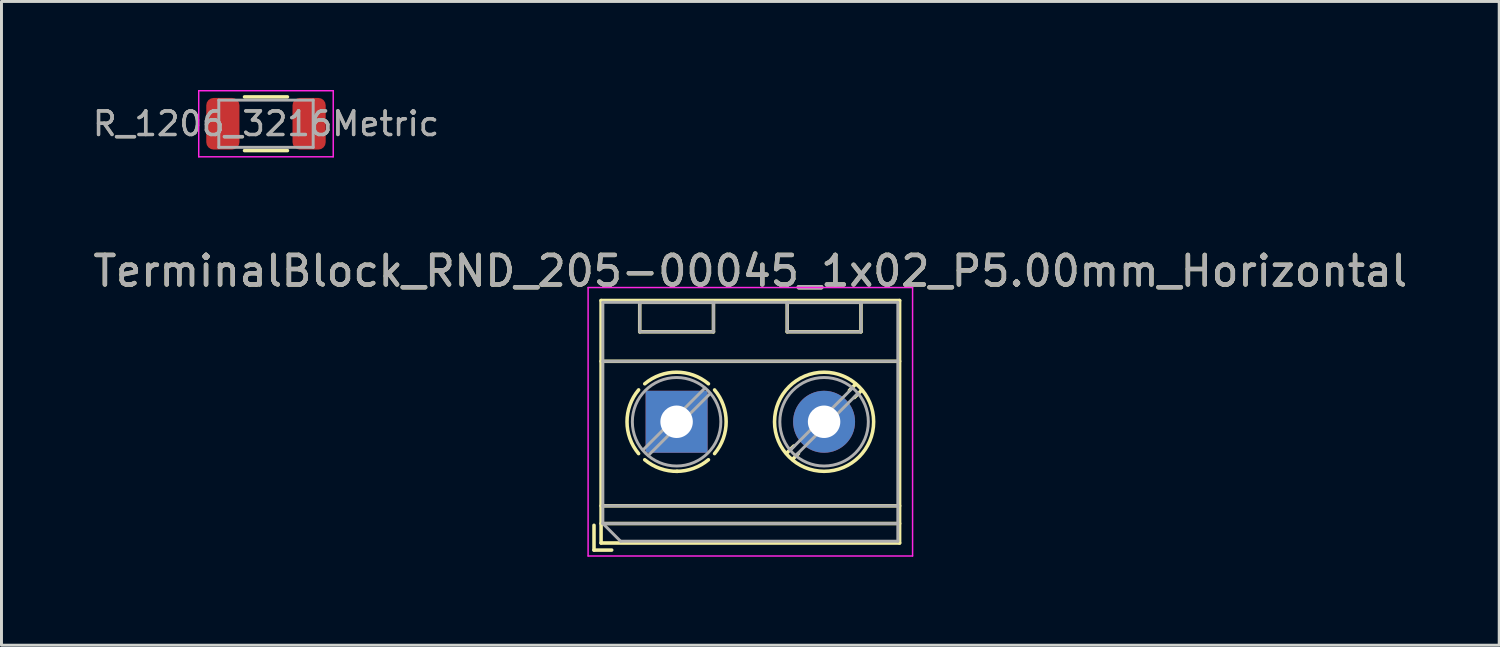
<source format=kicad_pcb>
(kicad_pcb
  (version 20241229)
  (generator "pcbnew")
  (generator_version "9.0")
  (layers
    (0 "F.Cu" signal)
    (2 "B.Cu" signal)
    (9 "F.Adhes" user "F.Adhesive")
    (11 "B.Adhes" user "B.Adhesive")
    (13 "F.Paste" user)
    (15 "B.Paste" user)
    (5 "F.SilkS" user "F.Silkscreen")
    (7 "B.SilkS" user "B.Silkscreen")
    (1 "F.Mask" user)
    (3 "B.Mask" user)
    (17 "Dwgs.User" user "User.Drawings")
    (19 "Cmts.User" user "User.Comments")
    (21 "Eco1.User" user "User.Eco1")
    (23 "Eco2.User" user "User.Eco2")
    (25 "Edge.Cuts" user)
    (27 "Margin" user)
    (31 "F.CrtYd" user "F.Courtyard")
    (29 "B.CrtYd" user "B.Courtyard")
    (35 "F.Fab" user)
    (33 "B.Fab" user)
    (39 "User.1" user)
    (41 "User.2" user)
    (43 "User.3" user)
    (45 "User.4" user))
  (footprint "R_1206_3216Metric"
    (layer "F.Cu")
    (at 5.967 1.145)
    (property "Reference" "R_1206_3216Metric" (at 0 0 0) (layer "F.SilkS") (effects (font (size 0.8 0.8) (thickness 0.1))))
    (attr smd)
    (fp_line (start -0.727 -0.91) (end 0.727 -0.91) (stroke (width 0.12) (type solid)) (layer "F.SilkS"))
    (fp_line (start -0.727 0.91) (end 0.727 0.91) (stroke (width 0.12) (type solid)) (layer "F.SilkS"))
    (fp_line (start -2.28 -1.12) (end 2.28 -1.12) (stroke (width 0.05) (type solid)) (layer "F.CrtYd"))
    (fp_line (start -2.28 1.12) (end -2.28 -1.12) (stroke (width 0.05) (type solid)) (layer "F.CrtYd"))
    (fp_line (start 2.28 -1.12) (end 2.28 1.12) (stroke (width 0.05) (type solid)) (layer "F.CrtYd"))
    (fp_line (start 2.28 1.12) (end -2.28 1.12) (stroke (width 0.05) (type solid)) (layer "F.CrtYd"))
    (fp_line (start -1.6 -0.8) (end 1.6 -0.8) (stroke (width 0.1) (type solid)) (layer "F.Fab"))
    (fp_line (start -1.6 0.8) (end -1.6 -0.8) (stroke (width 0.1) (type solid)) (layer "F.Fab"))
    (fp_line (start 1.6 -0.8) (end 1.6 0.8) (stroke (width 0.1) (type solid)) (layer "F.Fab"))
    (fp_line (start 1.6 0.8) (end -1.6 0.8) (stroke (width 0.1) (type solid)) (layer "F.Fab"))
    (fp_text user "${REFERENCE}" (at 0 0 0) (layer "F.Fab") (effects (font (size 0.8 0.8) (thickness 0.12))))
    (pad "1" smd roundrect (at -1.462 0) (size 1.125 1.75) (layers "F.Cu" "F.Mask" "F.Paste") (roundrect_rratio 0.222))
    (pad "2" smd roundrect (at 1.462 0) (size 1.125 1.75) (layers "F.Cu" "F.Mask" "F.Paste") (roundrect_rratio 0.222)))
  (footprint "TerminalBlock_RND_205-00045_1x02_P5.00mm_Horizontal"
    (layer "F.Cu")
    (at 19.887 11.248)
    (property "Reference" "TerminalBlock_RND_205-00045_1x02_P5.00mm_Horizontal" (at 2.5 -5.11 0) (layer "F.SilkS") (effects (font (size 1 1) (thickness 0.15))))
    (attr through_hole)
    (fp_line (start -2.8 3.51) (end -2.8 4.35) (stroke (width 0.12) (type solid)) (layer "F.SilkS"))
    (fp_line (start -2.8 4.35) (end -2.2 4.35) (stroke (width 0.12) (type solid)) (layer "F.SilkS"))
    (fp_line (start -2.56 -4.11) (end -2.56 4.11) (stroke (width 0.12) (type solid)) (layer "F.SilkS"))
    (fp_line (start -2.56 -4.11) (end 7.56 -4.11) (stroke (width 0.12) (type solid)) (layer "F.SilkS"))
    (fp_line (start -2.56 -2.05) (end 7.56 -2.05) (stroke (width 0.12) (type solid)) (layer "F.SilkS"))
    (fp_line (start -2.56 2.85) (end 7.56 2.85) (stroke (width 0.12) (type solid)) (layer "F.SilkS"))
    (fp_line (start -2.56 3.45) (end 7.56 3.45) (stroke (width 0.12) (type solid)) (layer "F.SilkS"))
    (fp_line (start -2.56 4.11) (end 7.56 4.11) (stroke (width 0.12) (type solid)) (layer "F.SilkS"))
    (fp_line (start -1.25 -4.05) (end -1.25 -3.05) (stroke (width 0.12) (type solid)) (layer "F.SilkS"))
    (fp_line (start -1.25 -4.05) (end 1.25 -4.05) (stroke (width 0.12) (type solid)) (layer "F.SilkS"))
    (fp_line (start -1.25 -3.05) (end 1.25 -3.05) (stroke (width 0.12) (type solid)) (layer "F.SilkS"))
    (fp_line (start 1.25 -4.05) (end 1.25 -3.05) (stroke (width 0.12) (type solid)) (layer "F.SilkS"))
    (fp_line (start 3.75 -4.05) (end 3.75 -3.05) (stroke (width 0.12) (type solid)) (layer "F.SilkS"))
    (fp_line (start 3.75 -4.05) (end 6.25 -4.05) (stroke (width 0.12) (type solid)) (layer "F.SilkS"))
    (fp_line (start 3.75 -3.05) (end 6.25 -3.05) (stroke (width 0.12) (type solid)) (layer "F.SilkS"))
    (fp_line (start 3.972 0.823) (end 3.726 1.069) (stroke (width 0.12) (type solid)) (layer "F.SilkS"))
    (fp_line (start 4.13 1.075) (end 3.931 1.274) (stroke (width 0.12) (type solid)) (layer "F.SilkS"))
    (fp_line (start 6.07 -1.275) (end 5.859 -1.064) (stroke (width 0.12) (type solid)) (layer "F.SilkS"))
    (fp_line (start 6.25 -4.05) (end 6.25 -3.05) (stroke (width 0.12) (type solid)) (layer "F.SilkS"))
    (fp_line (start 6.275 -1.069) (end 6.029 -0.823) (stroke (width 0.12) (type solid)) (layer "F.SilkS"))
    (fp_line (start 7.56 -4.11) (end 7.56 4.11) (stroke (width 0.12) (type solid)) (layer "F.SilkS"))
    (fp_arc (start -1.288062 1.079734) (mid -1.680752 -0.000826) (end -1.287 -1.081) (stroke (width 0.12) (type solid)) (layer "F.SilkS"))
    (fp_arc (start -1.079908 -1.287078) (mid 0.00006 -1.68011) (end 1.08 -1.287) (stroke (width 0.12) (type solid)) (layer "F.SilkS"))
    (fp_arc (start 0.028507 1.680511) (mid -0.561826 1.584071) (end -1.081 1.287) (stroke (width 0.12) (type solid)) (layer "F.SilkS"))
    (fp_arc (start 1.079883 1.286955) (mid 0.574594 1.578684) (end 0 1.68) (stroke (width 0.12) (type solid)) (layer "F.SilkS"))
    (fp_arc (start 1.287078 -1.079908) (mid 1.68011 0.00006) (end 1.287 1.08) (stroke (width 0.12) (type solid)) (layer "F.SilkS"))
    (fp_circle (center 5 0) (end 6.68 0) (stroke (width 0.12) (type solid)) (fill no) (layer "F.SilkS"))
    (fp_line (start -3 -4.55) (end -3 4.55) (stroke (width 0.05) (type solid)) (layer "F.CrtYd"))
    (fp_line (start -3 4.55) (end 8 4.55) (stroke (width 0.05) (type solid)) (layer "F.CrtYd"))
    (fp_line (start 8 -4.55) (end -3 -4.55) (stroke (width 0.05) (type solid)) (layer "F.CrtYd"))
    (fp_line (start 8 4.55) (end 8 -4.55) (stroke (width 0.05) (type solid)) (layer "F.CrtYd"))
    (fp_line (start -2.5 -4.05) (end 7.5 -4.05) (stroke (width 0.1) (type solid)) (layer "F.Fab"))
    (fp_line (start -2.5 -2.05) (end 7.5 -2.05) (stroke (width 0.1) (type solid)) (layer "F.Fab"))
    (fp_line (start -2.5 2.85) (end 7.5 2.85) (stroke (width 0.1) (type solid)) (layer "F.Fab"))
    (fp_line (start -2.5 3.45) (end -2.5 -4.05) (stroke (width 0.1) (type solid)) (layer "F.Fab"))
    (fp_line (start -2.5 3.45) (end 7.5 3.45) (stroke (width 0.1) (type solid)) (layer "F.Fab"))
    (fp_line (start -1.9 4.05) (end -2.5 3.45) (stroke (width 0.1) (type solid)) (layer "F.Fab"))
    (fp_line (start -1.25 -4.05) (end -1.25 -3.05) (stroke (width 0.1) (type solid)) (layer "F.Fab"))
    (fp_line (start -1.25 -3.05) (end 1.25 -3.05) (stroke (width 0.1) (type solid)) (layer "F.Fab"))
    (fp_line (start 0.955 -1.138) (end -1.138 0.955) (stroke (width 0.1) (type solid)) (layer "F.Fab"))
    (fp_line (start 1.138 -0.955) (end -0.955 1.138) (stroke (width 0.1) (type solid)) (layer "F.Fab"))
    (fp_line (start 1.25 -4.05) (end -1.25 -4.05) (stroke (width 0.1) (type solid)) (layer "F.Fab"))
    (fp_line (start 1.25 -3.05) (end 1.25 -4.05) (stroke (width 0.1) (type solid)) (layer "F.Fab"))
    (fp_line (start 3.75 -4.05) (end 3.75 -3.05) (stroke (width 0.1) (type solid)) (layer "F.Fab"))
    (fp_line (start 3.75 -3.05) (end 6.25 -3.05) (stroke (width 0.1) (type solid)) (layer "F.Fab"))
    (fp_line (start 5.955 -1.138) (end 3.863 0.955) (stroke (width 0.1) (type solid)) (layer "F.Fab"))
    (fp_line (start 6.138 -0.955) (end 4.046 1.138) (stroke (width 0.1) (type solid)) (layer "F.Fab"))
    (fp_line (start 6.25 -4.05) (end 3.75 -4.05) (stroke (width 0.1) (type solid)) (layer "F.Fab"))
    (fp_line (start 6.25 -3.05) (end 6.25 -4.05) (stroke (width 0.1) (type solid)) (layer "F.Fab"))
    (fp_line (start 7.5 -4.05) (end 7.5 4.05) (stroke (width 0.1) (type solid)) (layer "F.Fab"))
    (fp_line (start 7.5 4.05) (end -1.9 4.05) (stroke (width 0.1) (type solid)) (layer "F.Fab"))
    (fp_circle (center 0 0) (end 1.5 0) (stroke (width 0.1) (type solid)) (fill no) (layer "F.Fab"))
    (fp_circle (center 5 0) (end 6.5 0) (stroke (width 0.1) (type solid)) (fill no) (layer "F.Fab"))
    (fp_text user "${REFERENCE}" (at 2.5 -5.11 0) (layer "F.Fab") (effects (font (size 1 1) (thickness 0.15))))
    (pad "1" thru_hole rect (at 0 0) (size 2.1 2.1) (drill 1.1) (layers "*.Cu" "*.Mask"))
    (pad "2" thru_hole circle (at 5 0) (size 2.1 2.1) (drill 1.1) (layers "*.Cu" "*.Mask")))
  (gr_rect
    (start -3 -3)
    (end 47.774 18.823)
    (stroke (width 0.1) (type default))
    (fill no)
    (layer "Edge.Cuts")))
</source>
